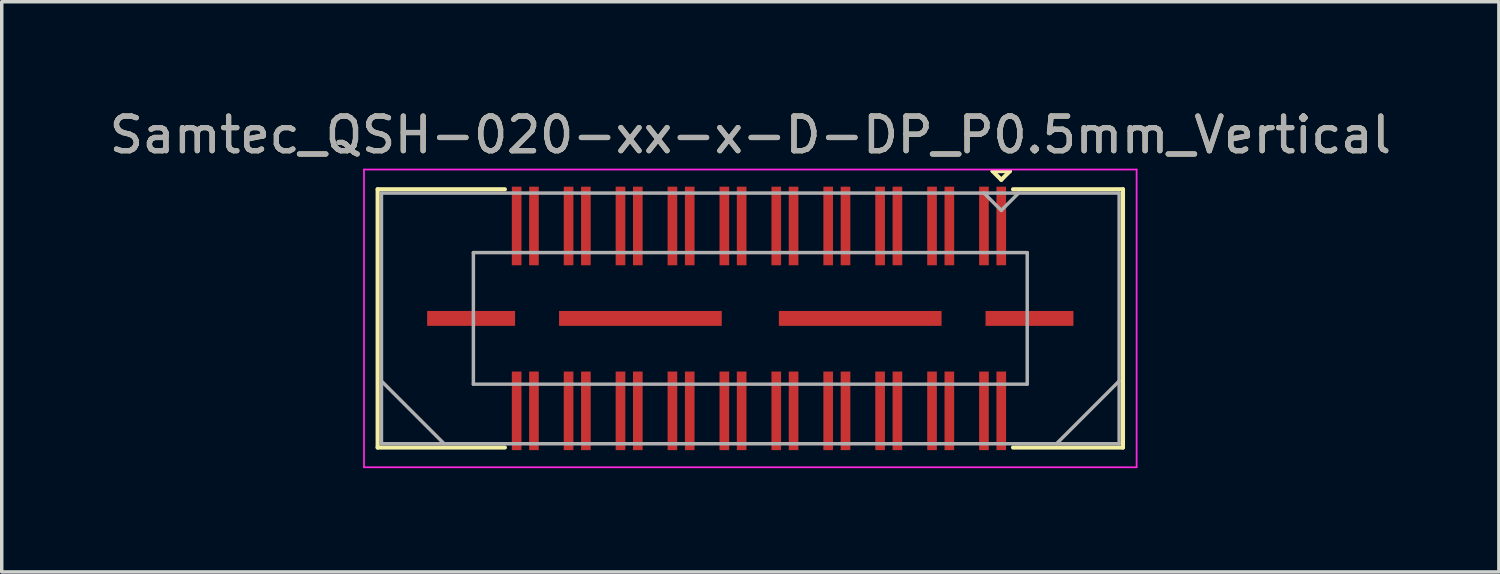
<source format=kicad_pcb>
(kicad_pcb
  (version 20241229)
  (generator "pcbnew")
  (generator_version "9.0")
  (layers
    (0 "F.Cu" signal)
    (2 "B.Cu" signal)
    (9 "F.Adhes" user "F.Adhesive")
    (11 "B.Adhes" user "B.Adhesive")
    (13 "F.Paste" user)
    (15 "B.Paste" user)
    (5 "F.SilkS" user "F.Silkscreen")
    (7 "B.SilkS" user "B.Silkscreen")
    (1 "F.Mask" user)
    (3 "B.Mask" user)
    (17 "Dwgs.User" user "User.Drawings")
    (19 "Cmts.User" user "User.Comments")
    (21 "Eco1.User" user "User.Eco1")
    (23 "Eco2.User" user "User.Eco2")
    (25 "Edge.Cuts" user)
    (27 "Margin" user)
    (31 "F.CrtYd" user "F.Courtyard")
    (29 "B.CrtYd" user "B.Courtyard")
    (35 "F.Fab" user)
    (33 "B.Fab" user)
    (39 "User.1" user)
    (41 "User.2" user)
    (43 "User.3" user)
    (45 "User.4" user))
  (footprint "Samtec_QSH-020-xx-x-D-DP_P0.5mm_Vertical"
    (layer "F.Cu")
    (at 18.625 6.148)
    (property "Reference" "Samtec_QSH-020-xx-x-D-DP_P0.5mm_Vertical" (at 0 -5.3 0) (layer "F.SilkS") (effects (font (size 1 1) (thickness 0.15))))
    (attr smd)
    (fp_line (start -10.765 -3.73) (end -7.09 -3.73) (stroke (width 0.12) (type solid)) (layer "F.SilkS"))
    (fp_line (start -10.765 3.73) (end -10.765 -3.73) (stroke (width 0.12) (type solid)) (layer "F.SilkS"))
    (fp_line (start -7.09 3.73) (end -10.765 3.73) (stroke (width 0.12) (type solid)) (layer "F.SilkS"))
    (fp_line (start 7 -4.255) (end 7.5 -4.255) (stroke (width 0.12) (type solid)) (layer "F.SilkS"))
    (fp_line (start 7.25 -4.005) (end 7 -4.255) (stroke (width 0.12) (type solid)) (layer "F.SilkS"))
    (fp_line (start 7.5 -4.255) (end 7.25 -4.005) (stroke (width 0.12) (type solid)) (layer "F.SilkS"))
    (fp_line (start 7.59 3.73) (end 10.765 3.73) (stroke (width 0.12) (type solid)) (layer "F.SilkS"))
    (fp_line (start 10.765 -3.73) (end 7.59 -3.73) (stroke (width 0.12) (type solid)) (layer "F.SilkS"))
    (fp_line (start 10.765 3.73) (end 10.765 -3.73) (stroke (width 0.12) (type solid)) (layer "F.SilkS"))
    (fp_line (start -11.16 -4.3) (end -11.16 4.3) (stroke (width 0.05) (type solid)) (layer "F.CrtYd"))
    (fp_line (start -11.16 4.3) (end 11.16 4.3) (stroke (width 0.05) (type solid)) (layer "F.CrtYd"))
    (fp_line (start 11.16 -4.3) (end -11.16 -4.3) (stroke (width 0.05) (type solid)) (layer "F.CrtYd"))
    (fp_line (start 11.16 4.3) (end 11.16 -4.3) (stroke (width 0.05) (type solid)) (layer "F.CrtYd"))
    (fp_line (start -10.655 -3.62) (end -10.655 3.62) (stroke (width 0.1) (type solid)) (layer "F.Fab"))
    (fp_line (start -10.655 1.81) (end -8.845 3.62) (stroke (width 0.1) (type solid)) (layer "F.Fab"))
    (fp_line (start -10.655 3.62) (end 10.655 3.62) (stroke (width 0.1) (type solid)) (layer "F.Fab"))
    (fp_line (start -8 -1.9) (end -8 1.9) (stroke (width 0.1) (type solid)) (layer "F.Fab"))
    (fp_line (start -8 1.9) (end 8 1.9) (stroke (width 0.1) (type solid)) (layer "F.Fab"))
    (fp_line (start 7.25 -3.12) (end 6.75 -3.62) (stroke (width 0.1) (type solid)) (layer "F.Fab"))
    (fp_line (start 7.75 -3.62) (end 7.25 -3.12) (stroke (width 0.1) (type solid)) (layer "F.Fab"))
    (fp_line (start 8 -1.9) (end -8 -1.9) (stroke (width 0.1) (type solid)) (layer "F.Fab"))
    (fp_line (start 8 1.9) (end 8 -1.9) (stroke (width 0.1) (type solid)) (layer "F.Fab"))
    (fp_line (start 10.655 -3.62) (end -10.655 -3.62) (stroke (width 0.1) (type solid)) (layer "F.Fab"))
    (fp_line (start 10.655 1.81) (end 8.845 3.62) (stroke (width 0.1) (type solid)) (layer "F.Fab"))
    (fp_line (start 10.655 3.62) (end 10.655 -3.62) (stroke (width 0.1) (type solid)) (layer "F.Fab"))
    (fp_text user "${REFERENCE}" (at 0 -5.3 0) (layer "F.Fab") (effects (font (size 1 1) (thickness 0.15))))
    (pad "1" smd rect (at 7.25 -2.67) (size 0.279 2.27) (layers "F.Cu" "F.Mask" "F.Paste"))
    (pad "2" smd rect (at 7.25 2.67) (size 0.279 2.27) (layers "F.Cu" "F.Mask" "F.Paste"))
    (pad "3" smd rect (at 6.75 -2.67) (size 0.279 2.27) (layers "F.Cu" "F.Mask" "F.Paste"))
    (pad "4" smd rect (at 6.75 2.67) (size 0.279 2.27) (layers "F.Cu" "F.Mask" "F.Paste"))
    (pad "5" smd rect (at 5.75 -2.67) (size 0.279 2.27) (layers "F.Cu" "F.Mask" "F.Paste"))
    (pad "6" smd rect (at 5.75 2.67) (size 0.279 2.27) (layers "F.Cu" "F.Mask" "F.Paste"))
    (pad "7" smd rect (at 5.25 -2.67) (size 0.279 2.27) (layers "F.Cu" "F.Mask" "F.Paste"))
    (pad "8" smd rect (at 5.25 2.67) (size 0.279 2.27) (layers "F.Cu" "F.Mask" "F.Paste"))
    (pad "9" smd rect (at 4.25 -2.67) (size 0.279 2.27) (layers "F.Cu" "F.Mask" "F.Paste"))
    (pad "10" smd rect (at 4.25 2.67) (size 0.279 2.27) (layers "F.Cu" "F.Mask" "F.Paste"))
    (pad "11" smd rect (at 3.75 -2.67) (size 0.279 2.27) (layers "F.Cu" "F.Mask" "F.Paste"))
    (pad "12" smd rect (at 3.75 2.67) (size 0.279 2.27) (layers "F.Cu" "F.Mask" "F.Paste"))
    (pad "13" smd rect (at 2.75 -2.67) (size 0.279 2.27) (layers "F.Cu" "F.Mask" "F.Paste"))
    (pad "14" smd rect (at 2.75 2.67) (size 0.279 2.27) (layers "F.Cu" "F.Mask" "F.Paste"))
    (pad "15" smd rect (at 2.25 -2.67) (size 0.279 2.27) (layers "F.Cu" "F.Mask" "F.Paste"))
    (pad "16" smd rect (at 2.25 2.67) (size 0.279 2.27) (layers "F.Cu" "F.Mask" "F.Paste"))
    (pad "17" smd rect (at 1.25 -2.67) (size 0.279 2.27) (layers "F.Cu" "F.Mask" "F.Paste"))
    (pad "18" smd rect (at 1.25 2.67) (size 0.279 2.27) (layers "F.Cu" "F.Mask" "F.Paste"))
    (pad "19" smd rect (at 0.75 -2.67) (size 0.279 2.27) (layers "F.Cu" "F.Mask" "F.Paste"))
    (pad "20" smd rect (at 0.75 2.67) (size 0.279 2.27) (layers "F.Cu" "F.Mask" "F.Paste"))
    (pad "21" smd rect (at -0.25 -2.67) (size 0.279 2.27) (layers "F.Cu" "F.Mask" "F.Paste"))
    (pad "22" smd rect (at -0.25 2.67) (size 0.279 2.27) (layers "F.Cu" "F.Mask" "F.Paste"))
    (pad "23" smd rect (at -0.75 -2.67) (size 0.279 2.27) (layers "F.Cu" "F.Mask" "F.Paste"))
    (pad "24" smd rect (at -0.75 2.67) (size 0.279 2.27) (layers "F.Cu" "F.Mask" "F.Paste"))
    (pad "25" smd rect (at -1.75 -2.67) (size 0.279 2.27) (layers "F.Cu" "F.Mask" "F.Paste"))
    (pad "26" smd rect (at -1.75 2.67) (size 0.279 2.27) (layers "F.Cu" "F.Mask" "F.Paste"))
    (pad "27" smd rect (at -2.25 -2.67) (size 0.279 2.27) (layers "F.Cu" "F.Mask" "F.Paste"))
    (pad "28" smd rect (at -2.25 2.67) (size 0.279 2.27) (layers "F.Cu" "F.Mask" "F.Paste"))
    (pad "29" smd rect (at -3.25 -2.67) (size 0.279 2.27) (layers "F.Cu" "F.Mask" "F.Paste"))
    (pad "30" smd rect (at -3.25 2.67) (size 0.279 2.27) (layers "F.Cu" "F.Mask" "F.Paste"))
    (pad "31" smd rect (at -3.75 -2.67) (size 0.279 2.27) (layers "F.Cu" "F.Mask" "F.Paste"))
    (pad "32" smd rect (at -3.75 2.67) (size 0.279 2.27) (layers "F.Cu" "F.Mask" "F.Paste"))
    (pad "33" smd rect (at -4.75 -2.67) (size 0.279 2.27) (layers "F.Cu" "F.Mask" "F.Paste"))
    (pad "34" smd rect (at -4.75 2.67) (size 0.279 2.27) (layers "F.Cu" "F.Mask" "F.Paste"))
    (pad "35" smd rect (at -5.25 -2.67) (size 0.279 2.27) (layers "F.Cu" "F.Mask" "F.Paste"))
    (pad "36" smd rect (at -5.25 2.67) (size 0.279 2.27) (layers "F.Cu" "F.Mask" "F.Paste"))
    (pad "37" smd rect (at -6.25 -2.67) (size 0.279 2.27) (layers "F.Cu" "F.Mask" "F.Paste"))
    (pad "38" smd rect (at -6.25 2.67) (size 0.279 2.27) (layers "F.Cu" "F.Mask" "F.Paste"))
    (pad "39" smd rect (at -6.75 -2.67) (size 0.279 2.27) (layers "F.Cu" "F.Mask" "F.Paste"))
    (pad "40" smd rect (at -6.75 2.67) (size 0.279 2.27) (layers "F.Cu" "F.Mask" "F.Paste"))
    (pad "P1" smd rect (at -8.065 0) (size 2.54 0.43) (layers "F.Cu" "F.Mask" "F.Paste"))
    (pad "P1" smd rect (at -3.175 0) (size 4.7 0.43) (layers "F.Cu" "F.Mask" "F.Paste"))
    (pad "P1" smd rect (at 3.175 0) (size 4.7 0.43) (layers "F.Cu" "F.Mask" "F.Paste"))
    (pad "P1" smd rect (at 8.065 0) (size 2.54 0.43) (layers "F.Cu" "F.Mask" "F.Paste")))
  (gr_rect
    (start -3 -3)
    (end 40.25 13.473)
    (stroke (width 0.1) (type default))
    (fill no)
    (layer "Edge.Cuts")))
</source>
